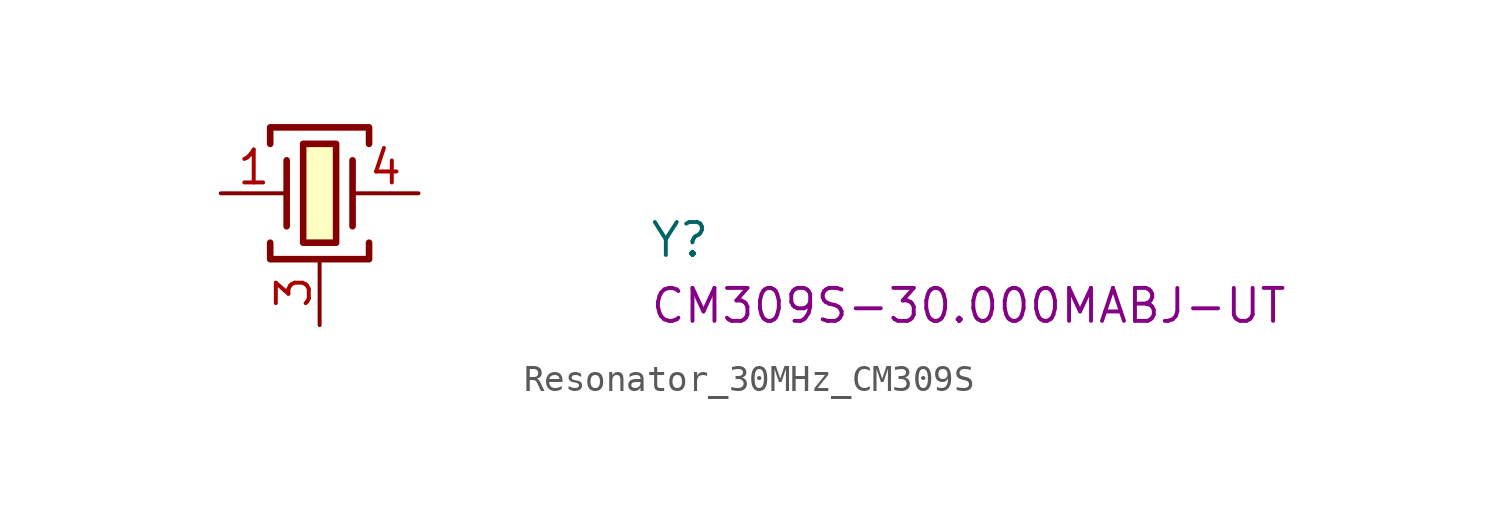
<source format=kicad_sym>
(kicad_symbol_lib
  (version 20220914)
  (generator kicad_symbol_editor)
  (symbol "Resonator_30MHz_CM309S"
    (pin_names hide)
    (property "Reference" "Y"
      (at 16.51 -2.54 0)
      (effects (font (size 1.27 1.27) (thickness 0.15)) (justify left bottom)))
    (property "MPN" "CM309S-30.000MABJ-UT"
      (at 16.51 -5.08 0)
      (effects (font (size 1.27 1.27) (thickness 0.15)) (justify left bottom)))
    (symbol "Resonator_30MHz_CM309S_1_1"
      (polyline (pts (xy 2.54 1.27) (xy 2.54 -1.27)) (stroke (width 0.254) (type default)) (fill (type background)))
      (polyline (pts (xy 5.08 1.27) (xy 5.08 -1.27)) (stroke (width 0.254) (type default)) (fill (type background)))
      (polyline (pts (xy 1.905 -1.905) (xy 1.905 -2.54) (xy 5.715 -2.54) (xy 5.715 -1.905)) (stroke (width 0.254) (type default)) (fill (type none)))
      (polyline (pts (xy 1.905 1.905) (xy 1.905 2.54) (xy 5.715 2.54) (xy 5.715 1.905)) (stroke (width 0.254) (type default)) (fill (type none)))
      (rectangle (start 3.175 1.905) (end 4.445 -1.905) (stroke (width 0.254) (type default)) (fill (type background)))
      (pin passive line (at 0 0 0) (length 2.54) (name "~" (effects (font (size 1.27 1.27)))) (number "1" (effects (font (size 1.27 1.27)))))
      (pin passive line (at 3.81 -5.08 90) (length 2.54) hide (name "SH" (effects (font (size 1.27 1.27)))) (number "2" (effects (font (size 1.27 1.27)))))
      (pin passive line (at 3.81 -5.08 90) (length 2.54) (name "SH" (effects (font (size 1.27 1.27)))) (number "3" (effects (font (size 1.27 1.27)))))
      (pin passive line (at 7.62 0 180) (length 2.54) (name "~" (effects (font (size 1.27 1.27)))) (number "4" (effects (font (size 1.27 1.27))))))))
</source>
